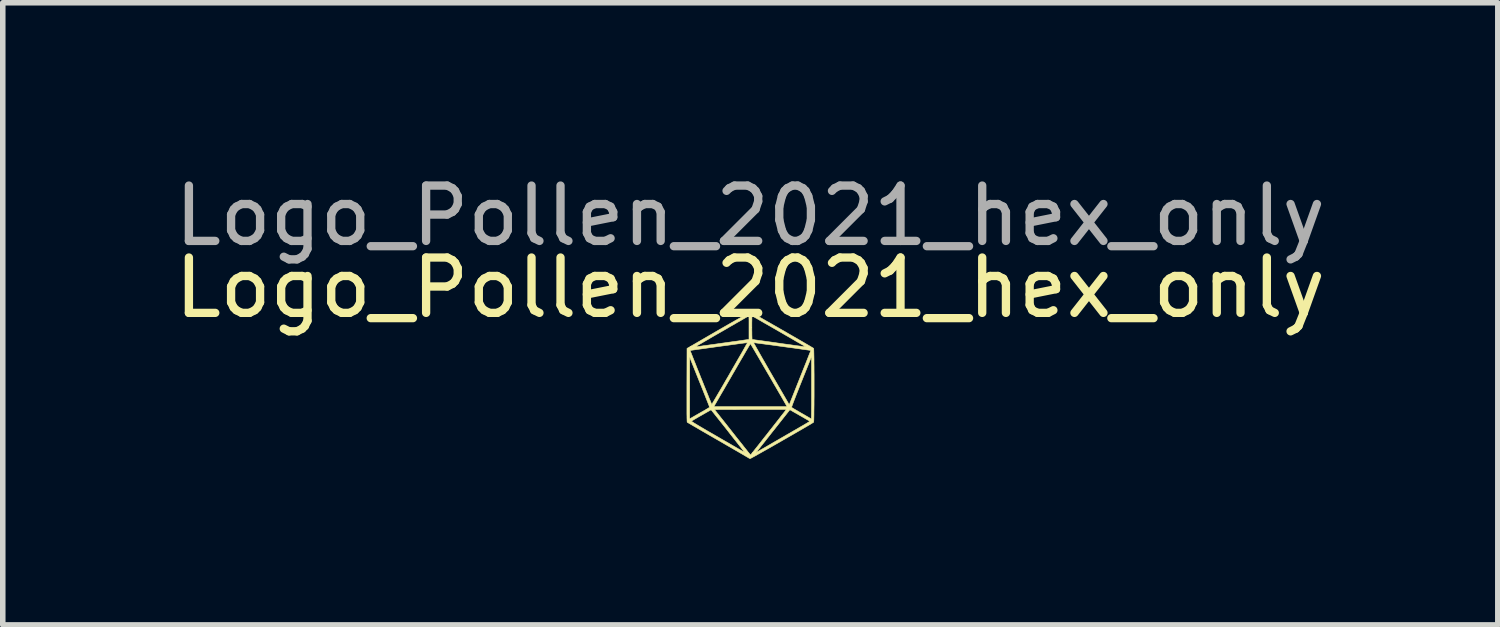
<source format=kicad_pcb>
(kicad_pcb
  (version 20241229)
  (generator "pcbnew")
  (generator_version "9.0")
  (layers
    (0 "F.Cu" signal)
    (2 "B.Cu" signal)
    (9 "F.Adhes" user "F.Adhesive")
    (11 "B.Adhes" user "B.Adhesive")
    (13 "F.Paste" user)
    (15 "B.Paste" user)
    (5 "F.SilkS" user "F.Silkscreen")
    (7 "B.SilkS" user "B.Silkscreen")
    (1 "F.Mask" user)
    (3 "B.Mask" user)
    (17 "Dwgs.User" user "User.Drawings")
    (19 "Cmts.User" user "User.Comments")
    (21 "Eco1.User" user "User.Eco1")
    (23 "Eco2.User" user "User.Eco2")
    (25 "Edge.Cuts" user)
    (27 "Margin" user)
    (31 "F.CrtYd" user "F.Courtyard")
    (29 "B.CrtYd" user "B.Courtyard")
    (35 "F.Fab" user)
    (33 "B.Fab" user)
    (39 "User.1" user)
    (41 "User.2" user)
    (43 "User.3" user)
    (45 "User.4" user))
  (footprint "Logo_Pollen_2021_hex_only"
    (layer "F.Cu")
    (at 10.506 2.648)
    (property "Reference" "Logo_Pollen_2021_hex_only" (at 0 -0.5 0) (unlocked yes) (layer "F.SilkS") (effects (font (size 1 1) (thickness 0.15))))
    (fp_poly (pts (xy 0.013 -0.055) (xy 0.03 -0.046) (xy 0.056 -0.031) (xy 0.091 -0.012) (xy 0.133 0.012) (xy 0.181 0.039) (xy 0.235 0.07) (xy 0.294 0.104) (xy 0.356 0.139) (xy 0.422 0.177) (xy 0.489 0.215) (xy 0.558 0.255) (xy 0.627 0.294) (xy 0.695 0.334) (xy 0.761 0.372) (xy 0.826 0.409) (xy 0.886 0.444) (xy 0.943 0.477) (xy 0.994 0.507) (xy 1.039 0.533) (xy 1.078 0.556) (xy 1.108 0.574) (xy 1.13 0.587) (xy 1.142 0.595) (xy 1.144 0.596) (xy 1.146 0.604) (xy 1.147 0.623) (xy 1.148 0.653) (xy 1.149 0.692) (xy 1.15 0.74) (xy 1.151 0.796) (xy 1.151 0.858) (xy 1.152 0.926) (xy 1.152 0.998) (xy 1.153 1.074) (xy 1.153 1.152) (xy 1.153 1.232) (xy 1.153 1.312) (xy 1.153 1.391) (xy 1.153 1.469) (xy 1.152 1.544) (xy 1.152 1.615) (xy 1.151 1.682) (xy 1.15 1.743) (xy 1.15 1.797) (xy 1.149 1.844) (xy 1.148 1.881) (xy 1.147 1.909) (xy 1.145 1.926) (xy 1.144 1.931) (xy 1.137 1.936) (xy 1.119 1.947) (xy 1.093 1.963) (xy 1.058 1.984) (xy 1.015 2.009) (xy 0.967 2.037) (xy 0.912 2.069) (xy 0.853 2.103) (xy 0.791 2.139) (xy 0.725 2.177) (xy 0.657 2.216) (xy 0.589 2.255) (xy 0.52 2.295) (xy 0.451 2.334) (xy 0.385 2.372) (xy 0.32 2.409) (xy 0.259 2.443) (xy 0.203 2.475) (xy 0.151 2.504) (xy 0.106 2.53) (xy 0.067 2.551) (xy 0.036 2.568) (xy 0.014 2.58) (xy 0.002 2.587) (xy -0.000214 2.587) (xy -0.014 2.585) (xy -0.02 2.582) (xy -0.026 2.578) (xy -0.042 2.568) (xy -0.068 2.553) (xy -0.103 2.532) (xy -0.146 2.507) (xy -0.196 2.478) (xy -0.253 2.445) (xy -0.315 2.409) (xy -0.383 2.37) (xy -0.454 2.329) (xy -0.529 2.285) (xy -0.578 2.257) (xy -0.655 2.213) (xy -0.729 2.17) (xy -0.8 2.129) (xy -0.866 2.091) (xy -0.926 2.056) (xy -0.98 2.024) (xy -1.028 1.997) (xy -1.068 1.973) (xy -1.1 1.955) (xy -1.123 1.941) (xy -1.136 1.934) (xy -1.139 1.932) (xy -1.14 1.928) (xy -1.141 1.92) (xy -1.142 1.911) (xy -1.062 1.911) (xy -1.061 1.914) (xy -1.053 1.92) (xy -1.038 1.93) (xy -1.017 1.944) (xy -0.987 1.962) (xy -0.95 1.984) (xy -0.904 2.012) (xy -0.849 2.044) (xy -0.785 2.082) (xy -0.71 2.125) (xy -0.625 2.174) (xy -0.589 2.195) (xy -0.517 2.237) (xy -0.449 2.276) (xy -0.384 2.313) (xy -0.325 2.348) (xy -0.27 2.379) (xy -0.223 2.407) (xy -0.182 2.43) (xy -0.149 2.449) (xy -0.125 2.462) (xy -0.111 2.471) (xy -0.106 2.473) (xy -0.107 2.469) (xy -0.109 2.465) (xy -0.114 2.459) (xy -0.126 2.444) (xy -0.144 2.421) (xy -0.167 2.39) (xy -0.196 2.354) (xy -0.228 2.313) (xy -0.264 2.267) (xy -0.303 2.218) (xy -0.343 2.167) (xy -0.384 2.115) (xy -0.425 2.062) (xy -0.466 2.01) (xy -0.506 1.96) (xy -0.544 1.912) (xy -0.579 1.868) (xy -0.61 1.829) (xy -0.637 1.795) (xy -0.659 1.767) (xy -0.675 1.747) (xy -0.684 1.736) (xy -0.684 1.735) (xy -0.709 1.706) (xy -0.882 1.805) (xy -0.925 1.829) (xy -0.964 1.852) (xy -0.999 1.872) (xy -1.027 1.889) (xy -1.048 1.902) (xy -1.06 1.909) (xy -1.062 1.911) (xy -1.142 1.911) (xy -1.142 1.906) (xy -1.143 1.886) (xy -1.143 1.87) (xy -1.096 1.87) (xy -1.065 1.853) (xy -1.052 1.845) (xy -1.029 1.832) (xy -0.998 1.814) (xy -0.963 1.794) (xy -0.923 1.771) (xy -0.885 1.749) (xy -0.845 1.727) (xy -0.809 1.706) (xy -0.802 1.702) (xy -0.646 1.702) (xy -0.546 1.829) (xy -0.46 1.937) (xy -0.382 2.036) (xy -0.312 2.125) (xy -0.249 2.205) (xy -0.193 2.275) (xy -0.144 2.336) (xy -0.103 2.389) (xy -0.068 2.432) (xy -0.041 2.467) (xy -0.019 2.493) (xy -0.005 2.511) (xy 0.004 2.521) (xy 0.006 2.523) (xy 0.01 2.518) (xy 0.021 2.503) (xy 0.039 2.48) (xy 0.039 2.48) (xy 0.102 2.48) (xy 0.213 2.416) (xy 0.238 2.402) (xy 0.273 2.382) (xy 0.316 2.357) (xy 0.366 2.328) (xy 0.422 2.295) (xy 0.483 2.26) (xy 0.547 2.223) (xy 0.613 2.185) (xy 0.68 2.146) (xy 0.7 2.135) (xy 0.763 2.098) (xy 0.823 2.064) (xy 0.879 2.031) (xy 0.929 2.002) (xy 0.974 1.976) (xy 1.011 1.954) (xy 1.041 1.936) (xy 1.062 1.923) (xy 1.074 1.916) (xy 1.076 1.914) (xy 1.07 1.911) (xy 1.055 1.901) (xy 1.032 1.887) (xy 1.002 1.87) (xy 0.967 1.849) (xy 0.928 1.827) (xy 0.925 1.825) (xy 0.884 1.802) (xy 0.845 1.779) (xy 0.809 1.759) (xy 0.779 1.742) (xy 0.757 1.729) (xy 0.745 1.722) (xy 0.715 1.705) (xy 0.431 2.065) (xy 0.383 2.125) (xy 0.338 2.183) (xy 0.295 2.237) (xy 0.256 2.287) (xy 0.22 2.332) (xy 0.189 2.371) (xy 0.163 2.404) (xy 0.143 2.429) (xy 0.13 2.446) (xy 0.124 2.453) (xy 0.102 2.48) (xy 0.039 2.48) (xy 0.063 2.45) (xy 0.093 2.412) (xy 0.128 2.368) (xy 0.167 2.319) (xy 0.209 2.265) (xy 0.255 2.206) (xy 0.304 2.145) (xy 0.329 2.112) (xy 0.379 2.049) (xy 0.426 1.989) (xy 0.47 1.933) (xy 0.511 1.881) (xy 0.547 1.834) (xy 0.579 1.793) (xy 0.606 1.759) (xy 0.627 1.732) (xy 0.641 1.713) (xy 0.648 1.703) (xy 0.649 1.701) (xy 0.642 1.701) (xy 0.624 1.7) (xy 0.594 1.7) (xy 0.555 1.7) (xy 0.506 1.7) (xy 0.449 1.7) (xy 0.384 1.7) (xy 0.312 1.7) (xy 0.234 1.7) (xy 0.151 1.7) (xy 0.064 1.7) (xy 0 1.7) (xy -0.646 1.702) (xy -0.802 1.702) (xy -0.779 1.688) (xy -0.756 1.674) (xy -0.74 1.665) (xy -0.736 1.662) (xy 0.746 1.662) (xy 0.746 1.662) (xy 0.752 1.667) (xy 0.768 1.676) (xy 0.792 1.691) (xy 0.821 1.708) (xy 0.856 1.728) (xy 0.893 1.75) (xy 0.931 1.772) (xy 0.97 1.794) (xy 1.006 1.815) (xy 1.039 1.834) (xy 1.066 1.85) (xy 1.087 1.861) (xy 1.1 1.868) (xy 1.103 1.869) (xy 1.104 1.863) (xy 1.104 1.845) (xy 1.105 1.817) (xy 1.105 1.778) (xy 1.106 1.73) (xy 1.106 1.674) (xy 1.107 1.61) (xy 1.107 1.541) (xy 1.107 1.465) (xy 1.107 1.385) (xy 1.107 1.306) (xy 1.107 0.743) (xy 0.924 1.2) (xy 0.895 1.272) (xy 0.868 1.341) (xy 0.842 1.406) (xy 0.819 1.465) (xy 0.798 1.519) (xy 0.78 1.565) (xy 0.766 1.603) (xy 0.755 1.633) (xy 0.748 1.653) (xy 0.746 1.662) (xy -0.736 1.662) (xy -0.734 1.66) (xy -0.734 1.66) (xy -0.736 1.654) (xy -0.739 1.648) (xy -0.658 1.648) (xy 0.664 1.648) (xy 0.643 1.611) (xy 0.627 1.583) (xy 0.607 1.548) (xy 0.583 1.506) (xy 0.555 1.457) (xy 0.523 1.403) (xy 0.489 1.344) (xy 0.453 1.282) (xy 0.415 1.217) (xy 0.377 1.15) (xy 0.337 1.082) (xy 0.297 1.014) (xy 0.258 0.947) (xy 0.22 0.881) (xy 0.183 0.818) (xy 0.149 0.759) (xy 0.116 0.703) (xy 0.087 0.653) (xy 0.061 0.609) (xy 0.04 0.573) (xy 0.022 0.544) (xy 0.01 0.523) (xy 0.004 0.513) (xy 0.003 0.511) (xy -0.001 0.517) (xy -0.01 0.532) (xy -0.025 0.557) (xy -0.045 0.591) (xy -0.07 0.633) (xy -0.099 0.683) (xy -0.131 0.739) (xy -0.167 0.8) (xy -0.206 0.867) (xy -0.247 0.938) (xy -0.29 1.013) (xy -0.315 1.055) (xy -0.359 1.132) (xy -0.402 1.206) (xy -0.443 1.277) (xy -0.481 1.343) (xy -0.517 1.404) (xy -0.549 1.459) (xy -0.577 1.508) (xy -0.601 1.549) (xy -0.62 1.582) (xy -0.634 1.606) (xy -0.642 1.62) (xy -0.644 1.623) (xy -0.658 1.648) (xy -0.739 1.648) (xy -0.743 1.637) (xy -0.754 1.61) (xy -0.768 1.574) (xy -0.786 1.529) (xy -0.806 1.478) (xy -0.829 1.42) (xy -0.854 1.357) (xy -0.881 1.289) (xy -0.91 1.218) (xy -0.915 1.206) (xy -1.095 0.755) (xy -1.095 1.313) (xy -1.096 1.87) (xy -1.143 1.87) (xy -1.144 1.859) (xy -1.144 1.824) (xy -1.145 1.781) (xy -1.145 1.73) (xy -1.145 1.669) (xy -1.145 1.599) (xy -1.145 1.518) (xy -1.145 1.425) (xy -1.145 1.321) (xy -1.145 1.261) (xy -1.143 0.634) (xy -1.088 0.634) (xy -1.067 0.685) (xy -1.046 0.739) (xy -1.023 0.798) (xy -0.998 0.86) (xy -0.972 0.926) (xy -0.945 0.994) (xy -0.917 1.063) (xy -0.89 1.132) (xy -0.862 1.2) (xy -0.836 1.266) (xy -0.81 1.33) (xy -0.786 1.389) (xy -0.764 1.443) (xy -0.745 1.492) (xy -0.728 1.533) (xy -0.714 1.567) (xy -0.704 1.591) (xy -0.698 1.606) (xy -0.696 1.609) (xy -0.692 1.604) (xy -0.683 1.588) (xy -0.668 1.563) (xy -0.648 1.529) (xy -0.623 1.487) (xy -0.594 1.437) (xy -0.561 1.381) (xy -0.525 1.32) (xy -0.486 1.253) (xy -0.445 1.181) (xy -0.401 1.106) (xy -0.37 1.052) (xy -0.326 0.975) (xy -0.283 0.901) (xy -0.243 0.831) (xy -0.205 0.765) (xy -0.17 0.705) (xy -0.139 0.651) (xy -0.112 0.603) (xy -0.09 0.563) (xy -0.072 0.531) (xy -0.059 0.509) (xy -0.052 0.496) (xy -0.051 0.493) (xy -0.058 0.493) (xy -0.076 0.496) (xy -0.105 0.499) (xy -0.144 0.504) (xy -0.191 0.51) (xy -0.246 0.518) (xy -0.309 0.526) (xy -0.377 0.536) (xy -0.451 0.546) (xy -0.528 0.556) (xy -0.571 0.562) (xy -1.088 0.634) (xy -1.143 0.634) (xy -1.143 0.597) (xy -1.092 0.568) (xy -0.987 0.568) (xy -0.985 0.568) (xy -0.978 0.567) (xy -0.96 0.565) (xy -0.931 0.561) (xy -0.892 0.556) (xy -0.845 0.549) (xy -0.79 0.542) (xy -0.728 0.533) (xy -0.661 0.524) (xy -0.59 0.514) (xy -0.522 0.504) (xy -0.447 0.494) (xy -0.44 0.493) (xy 0.061 0.493) (xy 0.063 0.499) (xy 0.071 0.515) (xy 0.085 0.54) (xy 0.104 0.574) (xy 0.128 0.616) (xy 0.156 0.666) (xy 0.188 0.722) (xy 0.223 0.784) (xy 0.262 0.851) (xy 0.303 0.923) (xy 0.346 0.998) (xy 0.379 1.055) (xy 0.704 1.615) (xy 0.899 1.125) (xy 0.929 1.05) (xy 0.957 0.979) (xy 0.984 0.912) (xy 1.009 0.85) (xy 1.031 0.794) (xy 1.05 0.745) (xy 1.066 0.704) (xy 1.079 0.672) (xy 1.088 0.649) (xy 1.092 0.637) (xy 1.093 0.634) (xy 1.086 0.633) (xy 1.068 0.63) (xy 1.04 0.626) (xy 1.002 0.621) (xy 0.957 0.615) (xy 0.904 0.607) (xy 0.846 0.599) (xy 0.783 0.59) (xy 0.717 0.581) (xy 0.648 0.572) (xy 0.579 0.562) (xy 0.509 0.553) (xy 0.44 0.543) (xy 0.374 0.534) (xy 0.311 0.526) (xy 0.252 0.518) (xy 0.199 0.511) (xy 0.153 0.505) (xy 0.115 0.5) (xy 0.087 0.496) (xy 0.068 0.494) (xy 0.061 0.493) (xy 0.061 0.493) (xy -0.44 0.493) (xy -0.375 0.484) (xy -0.307 0.474) (xy -0.245 0.466) (xy -0.189 0.458) (xy -0.14 0.451) (xy -0.101 0.445) (xy -0.07 0.441) (xy -0.051 0.438) (xy -0.043 0.437) (xy -0.023 0.433) (xy -0.023 0.221) (xy -0.023 0.173) (xy 0.028 0.173) (xy 0.028 0.218) (xy 0.028 0.263) (xy 0.029 0.306) (xy 0.029 0.346) (xy 0.03 0.38) (xy 0.031 0.408) (xy 0.032 0.427) (xy 0.033 0.435) (xy 0.033 0.435) (xy 0.04 0.436) (xy 0.058 0.438) (xy 0.087 0.443) (xy 0.126 0.448) (xy 0.173 0.455) (xy 0.228 0.462) (xy 0.29 0.471) (xy 0.357 0.48) (xy 0.429 0.49) (xy 0.504 0.501) (xy 0.58 0.512) (xy 0.653 0.522) (xy 0.721 0.531) (xy 0.783 0.54) (xy 0.839 0.548) (xy 0.888 0.554) (xy 0.928 0.56) (xy 0.959 0.564) (xy 0.979 0.566) (xy 0.987 0.567) (xy 0.998 0.567) (xy 0.997 0.564) (xy 0.99 0.561) (xy 0.983 0.556) (xy 0.965 0.546) (xy 0.939 0.531) (xy 0.903 0.51) (xy 0.86 0.486) (xy 0.81 0.457) (xy 0.754 0.424) (xy 0.693 0.389) (xy 0.627 0.351) (xy 0.558 0.311) (xy 0.506 0.281) (xy 0.435 0.24) (xy 0.367 0.201) (xy 0.304 0.165) (xy 0.244 0.131) (xy 0.191 0.1) (xy 0.144 0.073) (xy 0.104 0.05) (xy 0.072 0.032) (xy 0.049 0.019) (xy 0.035 0.011) (xy 0.032 0.009) (xy 0.031 0.015) (xy 0.03 0.032) (xy 0.029 0.058) (xy 0.029 0.092) (xy 0.028 0.131) (xy 0.028 0.173) (xy -0.023 0.173) (xy -0.023 0.171) (xy -0.023 0.125) (xy -0.023 0.084) (xy -0.024 0.051) (xy -0.024 0.027) (xy -0.025 0.012) (xy -0.025 0.009) (xy -0.031 0.012) (xy -0.047 0.021) (xy -0.072 0.035) (xy -0.105 0.054) (xy -0.145 0.077) (xy -0.191 0.104) (xy -0.243 0.133) (xy -0.299 0.166) (xy -0.358 0.199) (xy -0.419 0.235) (xy -0.481 0.271) (xy -0.544 0.307) (xy -0.607 0.343) (xy -0.668 0.378) (xy -0.726 0.412) (xy -0.78 0.444) (xy -0.831 0.473) (xy -0.875 0.499) (xy -0.914 0.521) (xy -0.945 0.539) (xy -0.968 0.553) (xy -0.981 0.561) (xy -0.984 0.563) (xy -0.987 0.568) (xy -1.092 0.568) (xy -0.575 0.268) (xy -0.483 0.215) (xy -0.398 0.166) (xy -0.319 0.121) (xy -0.248 0.081) (xy -0.184 0.045) (xy -0.129 0.014) (xy -0.083 -0.012) (xy -0.046 -0.032) (xy -0.018 -0.047) (xy -0.001 -0.056) (xy 0.006 -0.058) (xy 0.013 -0.055)) (stroke (width 0.01) (type solid)) (fill yes) (layer "F.SilkS"))
    (fp_text user "${REFERENCE}" (at 0 -1.8 0) (unlocked yes) (layer "F.Fab") (effects (font (size 1 1) (thickness 0.15)))))
  (gr_rect
    (start -3 -3)
    (end 24.012 8.241)
    (stroke (width 0.1) (type default))
    (fill no)
    (layer "Edge.Cuts")))
</source>
